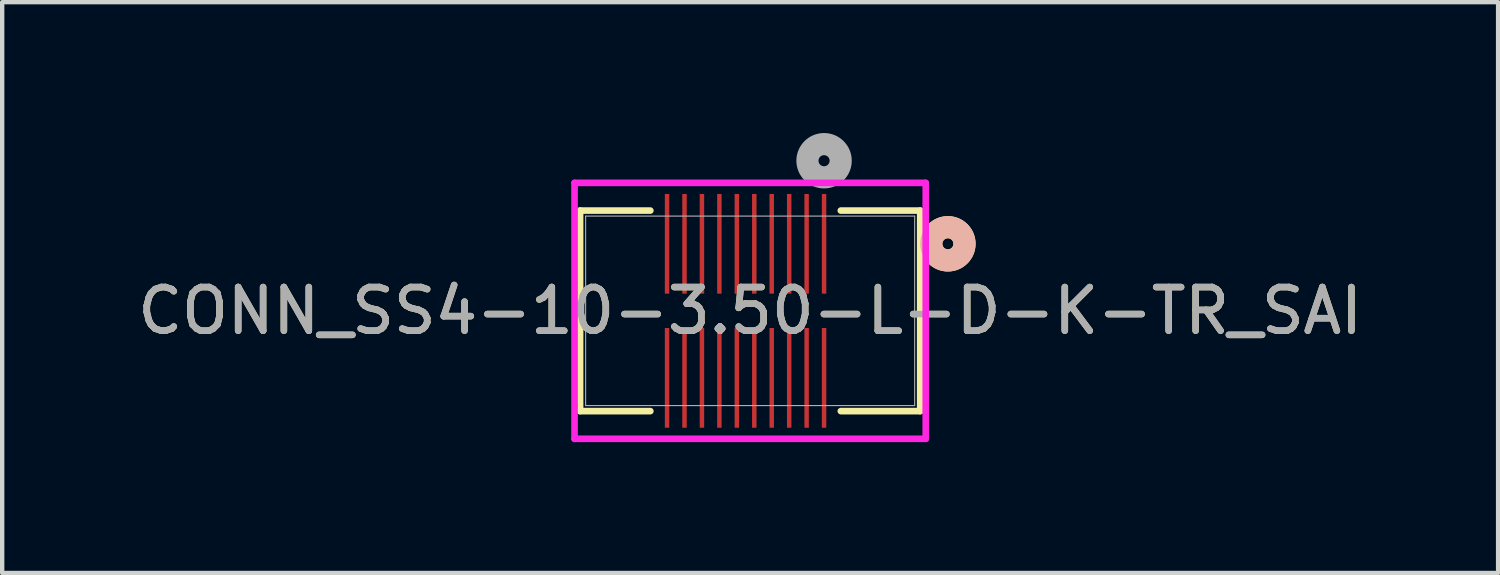
<source format=kicad_pcb>
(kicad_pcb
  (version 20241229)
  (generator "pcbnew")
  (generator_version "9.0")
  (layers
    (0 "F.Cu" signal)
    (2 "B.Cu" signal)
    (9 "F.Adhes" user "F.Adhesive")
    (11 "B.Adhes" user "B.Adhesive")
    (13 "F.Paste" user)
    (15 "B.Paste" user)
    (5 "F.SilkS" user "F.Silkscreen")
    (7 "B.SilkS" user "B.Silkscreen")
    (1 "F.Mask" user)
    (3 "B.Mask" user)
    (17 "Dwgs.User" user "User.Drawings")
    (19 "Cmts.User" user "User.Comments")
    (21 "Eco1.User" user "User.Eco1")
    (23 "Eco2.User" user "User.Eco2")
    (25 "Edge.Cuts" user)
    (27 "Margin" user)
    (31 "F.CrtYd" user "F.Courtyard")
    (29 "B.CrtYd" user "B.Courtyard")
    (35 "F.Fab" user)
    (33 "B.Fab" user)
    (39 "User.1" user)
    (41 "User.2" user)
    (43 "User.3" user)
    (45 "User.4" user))
  (footprint "CONN_SS4-10-3.50-L-D-K-TR_SAI"
    (layer "F.Cu")
    (at 14.149 4.077)
    (property "Reference" "CONN_SS4-10-3.50-L-D-K-TR_SAI" (at 0 0 0) (unlocked yes) (layer "F.SilkS") (effects (font (size 1 1) (thickness 0.15))))
    (attr smd)
    (fp_line (start -3.899 -2.299) (end -3.899 2.299) (stroke (width 0.152) (type solid)) (layer "F.SilkS"))
    (fp_line (start -3.899 2.299) (end -2.288 2.299) (stroke (width 0.152) (type solid)) (layer "F.SilkS"))
    (fp_line (start -2.288 -2.299) (end -3.899 -2.299) (stroke (width 0.152) (type solid)) (layer "F.SilkS"))
    (fp_line (start 2.079 2.299) (end 3.899 2.299) (stroke (width 0.152) (type solid)) (layer "F.SilkS"))
    (fp_line (start 3.899 -2.299) (end 2.079 -2.299) (stroke (width 0.152) (type solid)) (layer "F.SilkS"))
    (fp_line (start 3.899 2.299) (end 3.899 -2.299) (stroke (width 0.152) (type solid)) (layer "F.SilkS"))
    (fp_circle (center 4.534 -1.537) (end 4.915 -1.537) (stroke (width 0.508) (type solid)) (fill no) (layer "F.SilkS"))
    (fp_circle (center 4.534 -1.537) (end 4.915 -1.537) (stroke (width 0.508) (type solid)) (fill no) (layer "B.SilkS"))
    (fp_line (start -4.026 -2.934) (end -4.026 2.934) (stroke (width 0.152) (type solid)) (layer "F.CrtYd"))
    (fp_line (start -4.026 2.934) (end 4.026 2.934) (stroke (width 0.152) (type solid)) (layer "F.CrtYd"))
    (fp_line (start 4.026 -2.934) (end -4.026 -2.934) (stroke (width 0.152) (type solid)) (layer "F.CrtYd"))
    (fp_line (start 4.026 2.934) (end 4.026 -2.934) (stroke (width 0.152) (type solid)) (layer "F.CrtYd"))
    (fp_line (start -3.772 -2.172) (end -3.772 2.172) (stroke (width 0.025) (type solid)) (layer "F.Fab"))
    (fp_line (start -3.772 2.172) (end 3.772 2.172) (stroke (width 0.025) (type solid)) (layer "F.Fab"))
    (fp_line (start 3.772 -2.172) (end -3.772 -2.172) (stroke (width 0.025) (type solid)) (layer "F.Fab"))
    (fp_line (start 3.772 2.172) (end 3.772 -2.172) (stroke (width 0.025) (type solid)) (layer "F.Fab"))
    (fp_circle (center 1.695 -3.442) (end 2.076 -3.442) (stroke (width 0.508) (type solid)) (fill no) (layer "F.Fab"))
    (fp_text user "${REFERENCE}" (at 0 0 0) (unlocked yes) (layer "F.Fab") (effects (font (size 1 1) (thickness 0.15))))
    (pad "1" smd rect (at 1.695 -1.537) (size 0.102 2.286) (layers "F.Cu" "F.Mask" "F.Paste"))
    (pad "2" smd rect (at 1.695 1.537) (size 0.102 2.286) (layers "F.Cu" "F.Mask" "F.Paste"))
    (pad "3" smd rect (at 1.295 -1.537) (size 0.102 2.286) (layers "F.Cu" "F.Mask" "F.Paste"))
    (pad "4" smd rect (at 1.295 1.537) (size 0.102 2.286) (layers "F.Cu" "F.Mask" "F.Paste"))
    (pad "5" smd rect (at 0.895 -1.537) (size 0.102 2.286) (layers "F.Cu" "F.Mask" "F.Paste"))
    (pad "6" smd rect (at 0.895 1.537) (size 0.102 2.286) (layers "F.Cu" "F.Mask" "F.Paste"))
    (pad "7" smd rect (at 0.495 -1.537) (size 0.102 2.286) (layers "F.Cu" "F.Mask" "F.Paste"))
    (pad "8" smd rect (at 0.495 1.537) (size 0.102 2.286) (layers "F.Cu" "F.Mask" "F.Paste"))
    (pad "9" smd rect (at 0.095 -1.537) (size 0.102 2.286) (layers "F.Cu" "F.Mask" "F.Paste"))
    (pad "10" smd rect (at 0.095 1.537) (size 0.102 2.286) (layers "F.Cu" "F.Mask" "F.Paste"))
    (pad "11" smd rect (at -0.305 -1.537) (size 0.102 2.286) (layers "F.Cu" "F.Mask" "F.Paste"))
    (pad "12" smd rect (at -0.305 1.537) (size 0.102 2.286) (layers "F.Cu" "F.Mask" "F.Paste"))
    (pad "13" smd rect (at -0.705 -1.537) (size 0.102 2.286) (layers "F.Cu" "F.Mask" "F.Paste"))
    (pad "14" smd rect (at -0.705 1.537) (size 0.102 2.286) (layers "F.Cu" "F.Mask" "F.Paste"))
    (pad "15" smd rect (at -1.105 -1.537) (size 0.102 2.286) (layers "F.Cu" "F.Mask" "F.Paste"))
    (pad "16" smd rect (at -1.105 1.537) (size 0.102 2.286) (layers "F.Cu" "F.Mask" "F.Paste"))
    (pad "17" smd rect (at -1.505 -1.537) (size 0.102 2.286) (layers "F.Cu" "F.Mask" "F.Paste"))
    (pad "18" smd rect (at -1.505 1.537) (size 0.102 2.286) (layers "F.Cu" "F.Mask" "F.Paste"))
    (pad "19" smd rect (at -1.905 -1.537) (size 0.102 2.286) (layers "F.Cu" "F.Mask" "F.Paste"))
    (pad "20" smd rect (at -1.905 1.537) (size 0.102 2.286) (layers "F.Cu" "F.Mask" "F.Paste")))
  (gr_rect
    (start -3 -3)
    (end 31.298 10.087)
    (stroke (width 0.1) (type default))
    (fill no)
    (layer "Edge.Cuts")))
</source>
